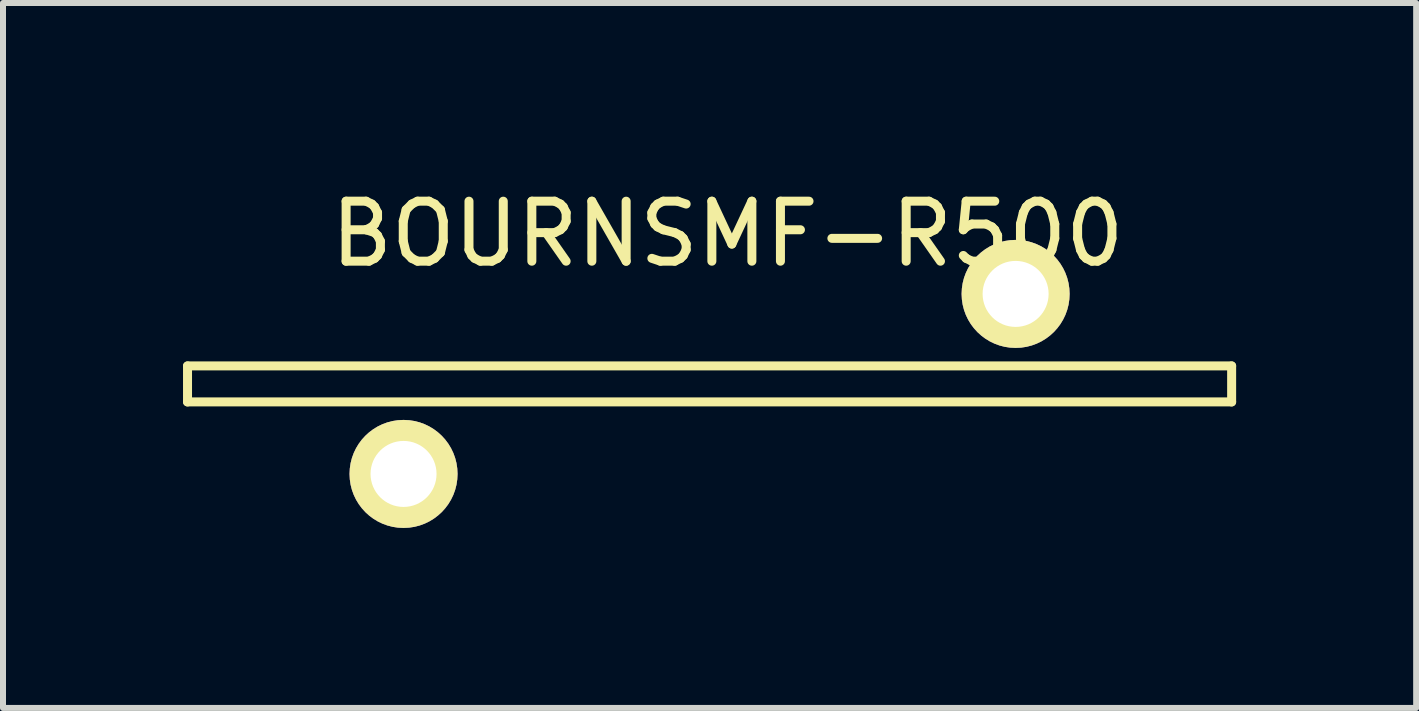
<source format=kicad_pcb>
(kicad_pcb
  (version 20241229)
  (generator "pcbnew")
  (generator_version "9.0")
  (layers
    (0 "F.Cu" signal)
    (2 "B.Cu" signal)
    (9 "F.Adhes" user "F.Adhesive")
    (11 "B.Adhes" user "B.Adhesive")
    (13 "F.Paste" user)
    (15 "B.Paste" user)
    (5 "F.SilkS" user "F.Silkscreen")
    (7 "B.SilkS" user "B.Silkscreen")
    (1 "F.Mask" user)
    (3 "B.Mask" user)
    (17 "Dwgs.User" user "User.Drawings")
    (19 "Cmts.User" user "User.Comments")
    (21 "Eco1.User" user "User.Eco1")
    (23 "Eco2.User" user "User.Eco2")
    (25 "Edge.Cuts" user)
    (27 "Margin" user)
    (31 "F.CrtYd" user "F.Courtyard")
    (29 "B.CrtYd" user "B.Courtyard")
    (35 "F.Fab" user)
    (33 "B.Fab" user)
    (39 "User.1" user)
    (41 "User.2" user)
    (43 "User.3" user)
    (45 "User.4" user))
  (footprint "BOURNSMF-R500"
    (layer "F.Cu")
    (at 3.675 4.848)
    (property "Reference" "BOURNSMF-R500" (at 5.4 -4 0) (layer "F.SilkS") (effects (font (size 1 1) (thickness 0.15))))
    (attr through_hole)
    (fp_line (start -3.6 -1.8) (end 13.8 -1.8) (stroke (width 0.15) (type solid)) (layer "F.SilkS"))
    (fp_line (start -3.6 -1.2) (end -3.6 -1.8) (stroke (width 0.15) (type solid)) (layer "F.SilkS"))
    (fp_line (start 13.8 -1.8) (end 13.8 -1.2) (stroke (width 0.15) (type solid)) (layer "F.SilkS"))
    (fp_line (start 13.8 -1.2) (end -3.6 -1.2) (stroke (width 0.15) (type solid)) (layer "F.SilkS"))
    (pad "1" thru_hole circle (at 0 0) (size 1.8 1.8) (drill 1.1) (layers "*.Cu" "*.Mask" "F.SilkS"))
    (pad "2" thru_hole circle (at 10.2 -3) (size 1.8 1.8) (drill 1.1) (layers "*.Cu" "*.Mask" "F.SilkS")))
  (gr_rect
    (start -3 -3)
    (end 20.55 8.748)
    (stroke (width 0.1) (type default))
    (fill no)
    (layer "Edge.Cuts")))
</source>
